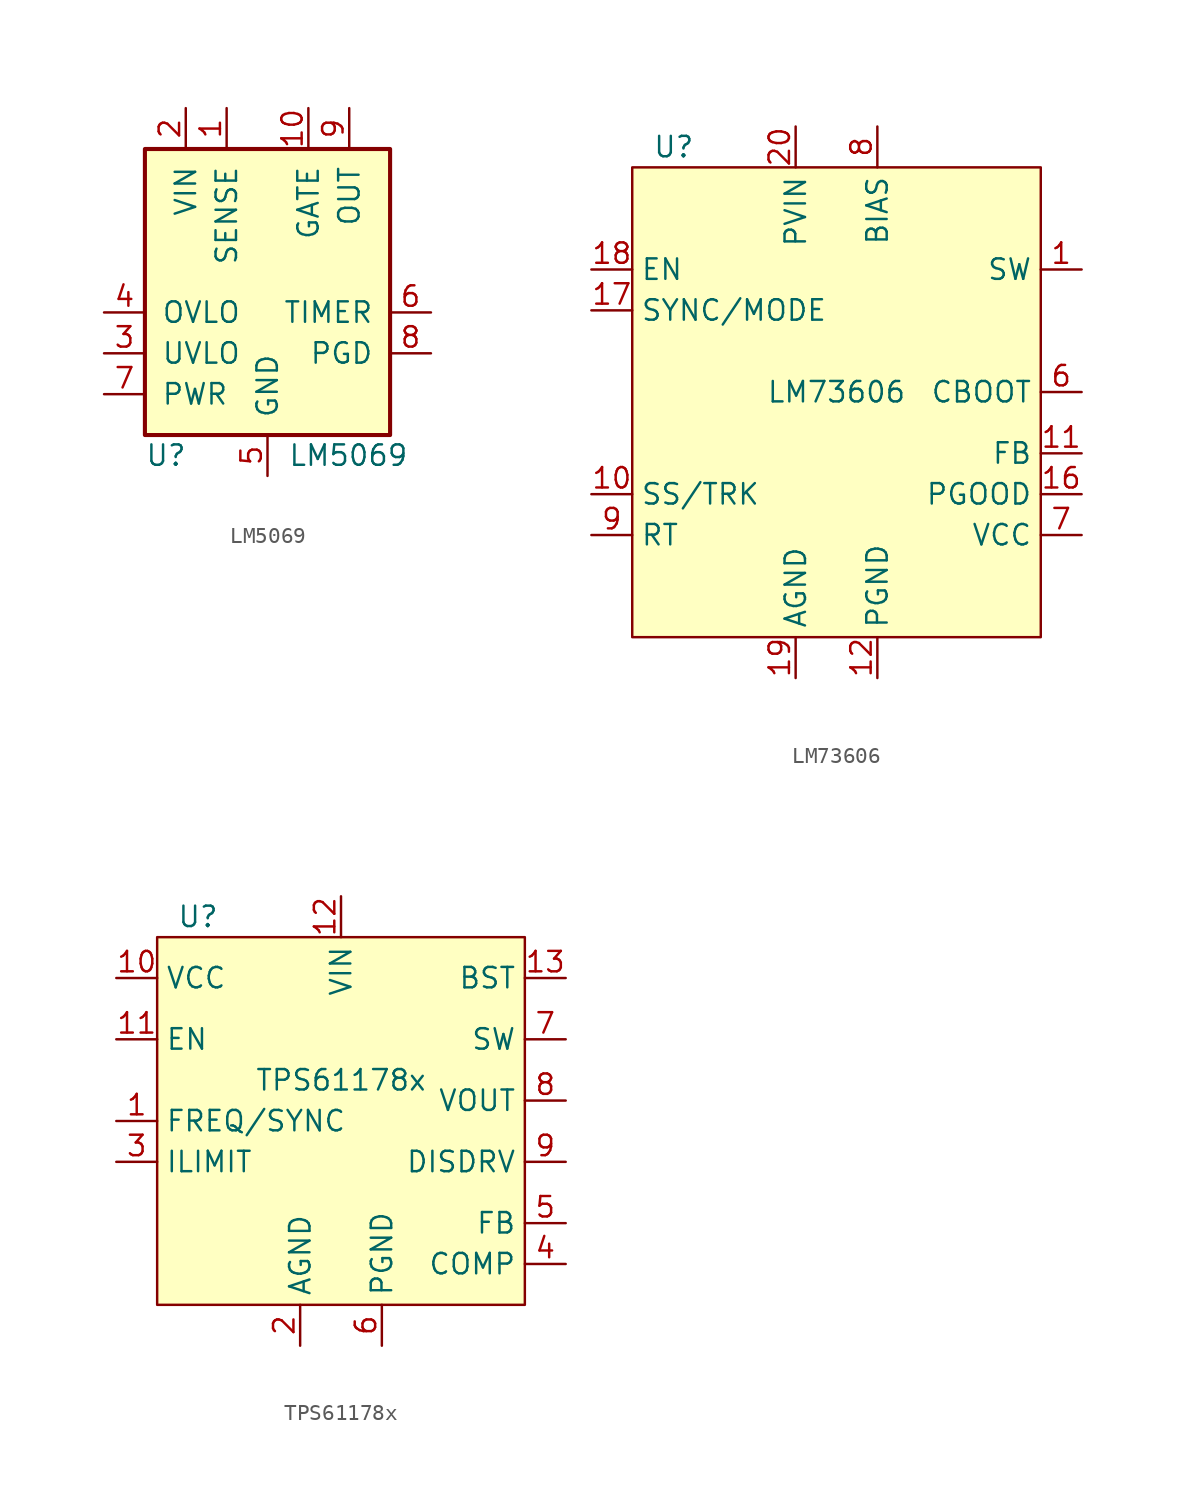
<source format=kicad_sym>
(kicad_symbol_lib
  (version 20220914)
  (generator kicad_symbol_editor)
  (symbol "LM5069"
    (pin_names
      (offset 1.016))
    (property "Reference" "U"
      (at -7.62 -11.43 0)
      (effects (font (size 1.27 1.27)) (justify left)))
    (property "Value" "LM5069"
      (at 1.27 -11.43 0)
      (effects (font (size 1.27 1.27)) (justify left)))
    (symbol "LM5069_0_1"
      (rectangle (start -7.62 7.62) (end 7.62 -10.16) (stroke (width 0.254) (type default)) (fill (type background))))
    (symbol "LM5069_1_0"
      (pin power_in line (at 0 -12.7 90) (length 2.54) (name "GND" (effects (font (size 1.27 1.27)))) (number "5" (effects (font (size 1.27 1.27))))))
    (symbol "LM5069_1_1"
      (pin input line (at -2.54 10.16 270) (length 2.54) (name "SENSE" (effects (font (size 1.27 1.27)))) (number "1" (effects (font (size 1.27 1.27)))))
      (pin output line (at 2.54 10.16 270) (length 2.54) (name "GATE" (effects (font (size 1.27 1.27)))) (number "10" (effects (font (size 1.27 1.27)))))
      (pin power_in line (at -5.08 10.16 270) (length 2.54) (name "VIN" (effects (font (size 1.27 1.27)))) (number "2" (effects (font (size 1.27 1.27)))))
      (pin input line (at -10.16 -5.08 0) (length 2.54) (name "UVLO" (effects (font (size 1.27 1.27)))) (number "3" (effects (font (size 1.27 1.27)))))
      (pin input line (at -10.16 -2.54 0) (length 2.54) (name "OVLO" (effects (font (size 1.27 1.27)))) (number "4" (effects (font (size 1.27 1.27)))))
      (pin input line (at 10.16 -2.54 180) (length 2.54) (name "TIMER" (effects (font (size 1.27 1.27)))) (number "6" (effects (font (size 1.27 1.27)))))
      (pin input line (at -10.16 -7.62 0) (length 2.54) (name "PWR" (effects (font (size 1.27 1.27)))) (number "7" (effects (font (size 1.27 1.27)))))
      (pin open_collector line (at 10.16 -5.08 180) (length 2.54) (name "PGD" (effects (font (size 1.27 1.27)))) (number "8" (effects (font (size 1.27 1.27)))))
      (pin input line (at 5.08 10.16 270) (length 2.54) (name "OUT" (effects (font (size 1.27 1.27)))) (number "9" (effects (font (size 1.27 1.27)))))))
  (symbol "LM73606"
    (property "Reference" "U"
      (at -11.43 15.24 0)
      (do_not_autoplace)
      (effects (font (size 1.27 1.27)) (justify left)))
    (property "Value" "LM73606"
      (at 0 0 0)
      (do_not_autoplace)
      (effects (font (size 1.27 1.27))))
    (symbol "LM73606_0_0"
      (pin output line (at 15.24 7.62 180) (length 2.54) (name "SW" (effects (font (size 1.27 1.27)))) (number "1" (effects (font (size 1.27 1.27)))))
      (pin input line (at -15.24 -6.35 0) (length 2.54) (name "SS/TRK" (effects (font (size 1.27 1.27)))) (number "10" (effects (font (size 1.27 1.27)))))
      (pin input line (at 15.24 -3.81 180) (length 2.54) (name "FB" (effects (font (size 1.27 1.27)))) (number "11" (effects (font (size 1.27 1.27)))))
      (pin power_in line (at 2.54 -17.78 90) (length 2.54) (name "PGND" (effects (font (size 1.27 1.27)))) (number "12" (effects (font (size 1.27 1.27)))))
      (pin output line (at 15.24 -6.35 180) (length 2.54) (name "PGOOD" (effects (font (size 1.27 1.27)))) (number "16" (effects (font (size 1.27 1.27)))))
      (pin input line (at -15.24 5.08 0) (length 2.54) (name "SYNC/MODE" (effects (font (size 1.27 1.27)))) (number "17" (effects (font (size 1.27 1.27)))))
      (pin input line (at -15.24 7.62 0) (length 2.54) (name "EN" (effects (font (size 1.27 1.27)))) (number "18" (effects (font (size 1.27 1.27)))))
      (pin power_in line (at -2.54 -17.78 90) (length 2.54) (name "AGND" (effects (font (size 1.27 1.27)))) (number "19" (effects (font (size 1.27 1.27)))))
      (pin power_in line (at -2.54 16.51 270) (length 2.54) (name "PVIN" (effects (font (size 1.27 1.27)))) (number "20" (effects (font (size 1.27 1.27)))))
      (pin power_in line (at 15.24 0 180) (length 2.54) (name "CBOOT" (effects (font (size 1.27 1.27)))) (number "6" (effects (font (size 1.27 1.27)))))
      (pin power_in line (at 2.54 16.51 270) (length 2.54) (name "BIAS" (effects (font (size 1.27 1.27)))) (number "8" (effects (font (size 1.27 1.27)))))
      (pin input line (at -15.24 -8.89 0) (length 2.54) (name "RT" (effects (font (size 1.27 1.27)))) (number "9" (effects (font (size 1.27 1.27))))))
    (symbol "LM73606_1_0"
      (pin power_in line (at 2.54 -17.78 90) (length 2.54) hide (name "PGND" (effects (font (size 1.27 1.27)))) (number "13" (effects (font (size 1.27 1.27)))))
      (pin power_in line (at 2.54 -17.78 90) (length 2.54) hide (name "PGND" (effects (font (size 1.27 1.27)))) (number "14" (effects (font (size 1.27 1.27)))))
      (pin power_in line (at 2.54 -17.78 90) (length 2.54) hide (name "PGND" (effects (font (size 1.27 1.27)))) (number "15" (effects (font (size 1.27 1.27)))))
      (pin passive line (at 15.24 7.62 180) (length 2.54) hide (name "SW" (effects (font (size 1.27 1.27)))) (number "2" (effects (font (size 1.27 1.27)))))
      (pin power_in line (at -2.54 16.51 270) (length 2.54) hide (name "PVIN" (effects (font (size 1.27 1.27)))) (number "21" (effects (font (size 1.27 1.27)))))
      (pin power_in line (at -2.54 16.51 270) (length 2.54) hide (name "PVIN" (effects (font (size 1.27 1.27)))) (number "22" (effects (font (size 1.27 1.27)))))
      (pin power_in line (at 2.54 -17.78 90) (length 2.54) hide (name "PGND" (effects (font (size 1.27 1.27)))) (number "23" (effects (font (size 1.27 1.27)))))
      (pin power_in line (at 2.54 -17.78 90) (length 2.54) hide (name "PGND" (effects (font (size 1.27 1.27)))) (number "24" (effects (font (size 1.27 1.27)))))
      (pin power_in line (at 2.54 -17.78 90) (length 2.54) hide (name "PGND" (effects (font (size 1.27 1.27)))) (number "25" (effects (font (size 1.27 1.27)))))
      (pin power_in line (at 2.54 -17.78 90) (length 2.54) hide (name "PGND" (effects (font (size 1.27 1.27)))) (number "26" (effects (font (size 1.27 1.27)))))
      (pin power_in line (at 2.54 -17.78 90) (length 2.54) hide (name "PGND" (effects (font (size 1.27 1.27)))) (number "27" (effects (font (size 1.27 1.27)))))
      (pin power_in line (at 2.54 -17.78 90) (length 2.54) hide (name "PGND" (effects (font (size 1.27 1.27)))) (number "28" (effects (font (size 1.27 1.27)))))
      (pin power_in line (at 2.54 -17.78 90) (length 2.54) hide (name "PGND" (effects (font (size 1.27 1.27)))) (number "29" (effects (font (size 1.27 1.27)))))
      (pin passive line (at 15.24 7.62 180) (length 2.54) hide (name "SW" (effects (font (size 1.27 1.27)))) (number "3" (effects (font (size 1.27 1.27)))))
      (pin power_in line (at 2.54 -17.78 90) (length 2.54) hide (name "PGND" (effects (font (size 1.27 1.27)))) (number "30" (effects (font (size 1.27 1.27)))))
      (pin power_in line (at 2.54 -17.78 90) (length 2.54) hide (name "PGND" (effects (font (size 1.27 1.27)))) (number "31" (effects (font (size 1.27 1.27)))))
      (pin passive line (at 15.24 7.62 180) (length 2.54) hide (name "SW" (effects (font (size 1.27 1.27)))) (number "4" (effects (font (size 1.27 1.27)))))
      (pin passive line (at 15.24 7.62 180) (length 2.54) hide (name "SW" (effects (font (size 1.27 1.27)))) (number "5" (effects (font (size 1.27 1.27)))))
      (pin power_out line (at 15.24 -8.89 180) (length 2.54) (name "VCC" (effects (font (size 1.27 1.27)))) (number "7" (effects (font (size 1.27 1.27))))))
    (symbol "LM73606_1_1"
      (rectangle (start -12.7 13.97) (end 12.7 -15.24) (stroke (width 0) (type default)) (fill (type background)))))
  (symbol "TPS61178x"
    (property "Reference" "U"
      (at -8.89 10.16 0)
      (effects (font (size 1.27 1.27))))
    (property "Value" "TPS61178x"
      (at 0 0 0)
      (effects (font (size 1.27 1.27))))
    (symbol "TPS61178x_0_0"
      (pin input line (at -13.97 -2.54 0) (length 2.54) (name "FREQ/SYNC" (effects (font (size 1.27 1.27)))) (number "1" (effects (font (size 1.27 1.27)))))
      (pin output line (at -13.97 6.35 0) (length 2.54) (name "VCC" (effects (font (size 1.27 1.27)))) (number "10" (effects (font (size 1.27 1.27)))))
      (pin input line (at -13.97 2.54 0) (length 2.54) (name "EN" (effects (font (size 1.27 1.27)))) (number "11" (effects (font (size 1.27 1.27)))))
      (pin input line (at 0 11.43 270) (length 2.54) (name "VIN" (effects (font (size 1.27 1.27)))) (number "12" (effects (font (size 1.27 1.27)))))
      (pin output line (at 13.97 6.35 180) (length 2.54) (name "BST" (effects (font (size 1.27 1.27)))) (number "13" (effects (font (size 1.27 1.27)))))
      (pin power_in line (at -2.54 -16.51 90) (length 2.54) (name "AGND" (effects (font (size 1.27 1.27)))) (number "2" (effects (font (size 1.27 1.27)))))
      (pin input line (at -13.97 -5.08 0) (length 2.54) (name "ILIMIT" (effects (font (size 1.27 1.27)))) (number "3" (effects (font (size 1.27 1.27)))))
      (pin output line (at 13.97 -11.43 180) (length 2.54) (name "COMP" (effects (font (size 1.27 1.27)))) (number "4" (effects (font (size 1.27 1.27)))))
      (pin input line (at 13.97 -8.89 180) (length 2.54) (name "FB" (effects (font (size 1.27 1.27)))) (number "5" (effects (font (size 1.27 1.27)))))
      (pin power_in line (at 2.54 -16.51 90) (length 2.54) (name "PGND" (effects (font (size 1.27 1.27)))) (number "6" (effects (font (size 1.27 1.27)))))
      (pin output line (at 13.97 2.54 180) (length 2.54) (name "SW" (effects (font (size 1.27 1.27)))) (number "7" (effects (font (size 1.27 1.27)))))
      (pin output line (at 13.97 -1.27 180) (length 2.54) (name "VOUT" (effects (font (size 1.27 1.27)))) (number "8" (effects (font (size 1.27 1.27)))))
      (pin output line (at 13.97 -5.08 180) (length 2.54) (name "DISDRV" (effects (font (size 1.27 1.27)))) (number "9" (effects (font (size 1.27 1.27))))))
    (symbol "TPS61178x_0_1"
      (rectangle (start -11.43 8.89) (end 11.43 -13.97) (stroke (width 0) (type default)) (fill (type background))))))
</source>
